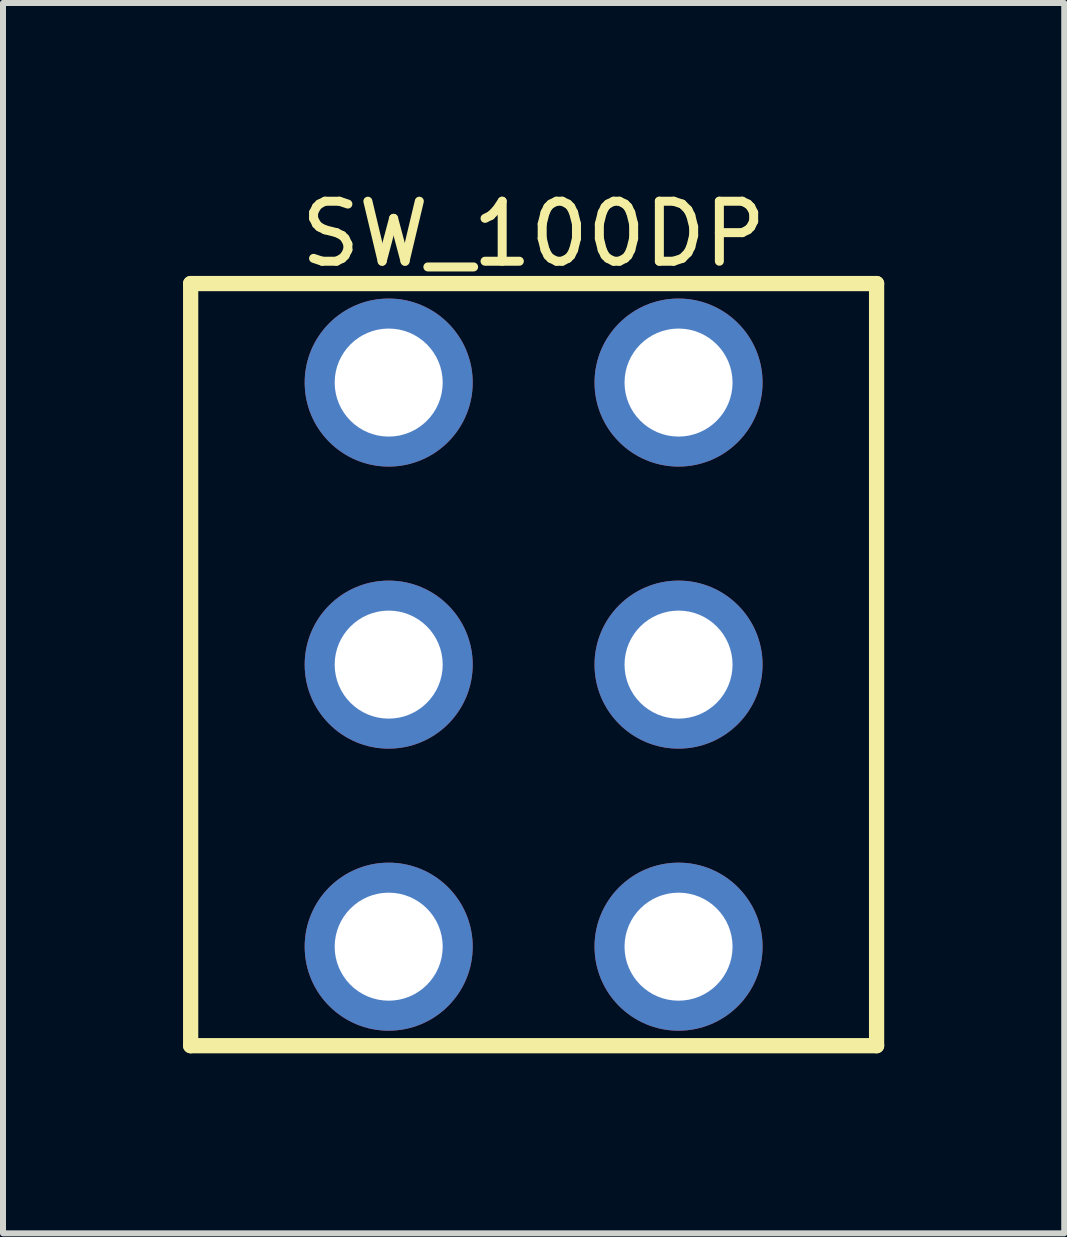
<source format=kicad_pcb>
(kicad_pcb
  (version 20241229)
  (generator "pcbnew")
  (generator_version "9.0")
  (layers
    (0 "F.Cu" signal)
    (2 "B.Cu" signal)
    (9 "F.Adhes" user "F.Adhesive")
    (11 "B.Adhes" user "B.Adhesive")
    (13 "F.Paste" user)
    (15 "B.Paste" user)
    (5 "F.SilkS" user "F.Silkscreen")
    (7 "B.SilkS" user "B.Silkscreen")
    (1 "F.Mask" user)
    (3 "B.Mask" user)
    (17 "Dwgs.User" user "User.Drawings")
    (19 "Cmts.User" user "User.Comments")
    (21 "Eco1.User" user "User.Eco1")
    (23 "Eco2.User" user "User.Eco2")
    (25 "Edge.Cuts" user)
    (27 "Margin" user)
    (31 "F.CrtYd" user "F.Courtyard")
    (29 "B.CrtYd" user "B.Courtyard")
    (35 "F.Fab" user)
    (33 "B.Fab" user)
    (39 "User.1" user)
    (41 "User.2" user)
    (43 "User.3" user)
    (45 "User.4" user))
  (footprint "SW_100DP"
    (layer "F.Cu")
    (at 5.842 8.025)
    (property "Reference" "SW_100DP" (at 0 -7.177 0) (layer "F.SilkS") (effects (font (size 1 1) (thickness 0.15))))
    (fp_line (start -5.715 -6.35) (end 5.715 -6.35) (stroke (width 0.254) (type solid)) (layer "F.SilkS"))
    (fp_line (start -5.715 6.35) (end -5.715 -6.35) (stroke (width 0.254) (type solid)) (layer "F.SilkS"))
    (fp_line (start -5.715 6.35) (end 5.715 6.35) (stroke (width 0.254) (type solid)) (layer "F.SilkS"))
    (fp_line (start 5.715 6.35) (end 5.715 -6.35) (stroke (width 0.254) (type solid)) (layer "F.SilkS"))
    (pad "1" thru_hole circle (at -2.415 4.7) (size 2.8 2.8) (drill 1.8) (layers "*.Cu" "*.Mask"))
    (pad "2" thru_hole circle (at -2.415 0) (size 2.8 2.8) (drill 1.8) (layers "*.Cu" "*.Mask"))
    (pad "3" thru_hole circle (at -2.415 -4.7) (size 2.8 2.8) (drill 1.8) (layers "*.Cu" "*.Mask"))
    (pad "4" thru_hole circle (at 2.415 4.7) (size 2.8 2.8) (drill 1.8) (layers "*.Cu" "*.Mask"))
    (pad "5" thru_hole circle (at 2.415 0) (size 2.8 2.8) (drill 1.8) (layers "*.Cu" "*.Mask"))
    (pad "6" thru_hole circle (at 2.415 -4.7) (size 2.8 2.8) (drill 1.8) (layers "*.Cu" "*.Mask")))
  (gr_rect
    (start -3 -3)
    (end 14.684 17.502)
    (stroke (width 0.1) (type default))
    (fill no)
    (layer "Edge.Cuts")))
</source>
